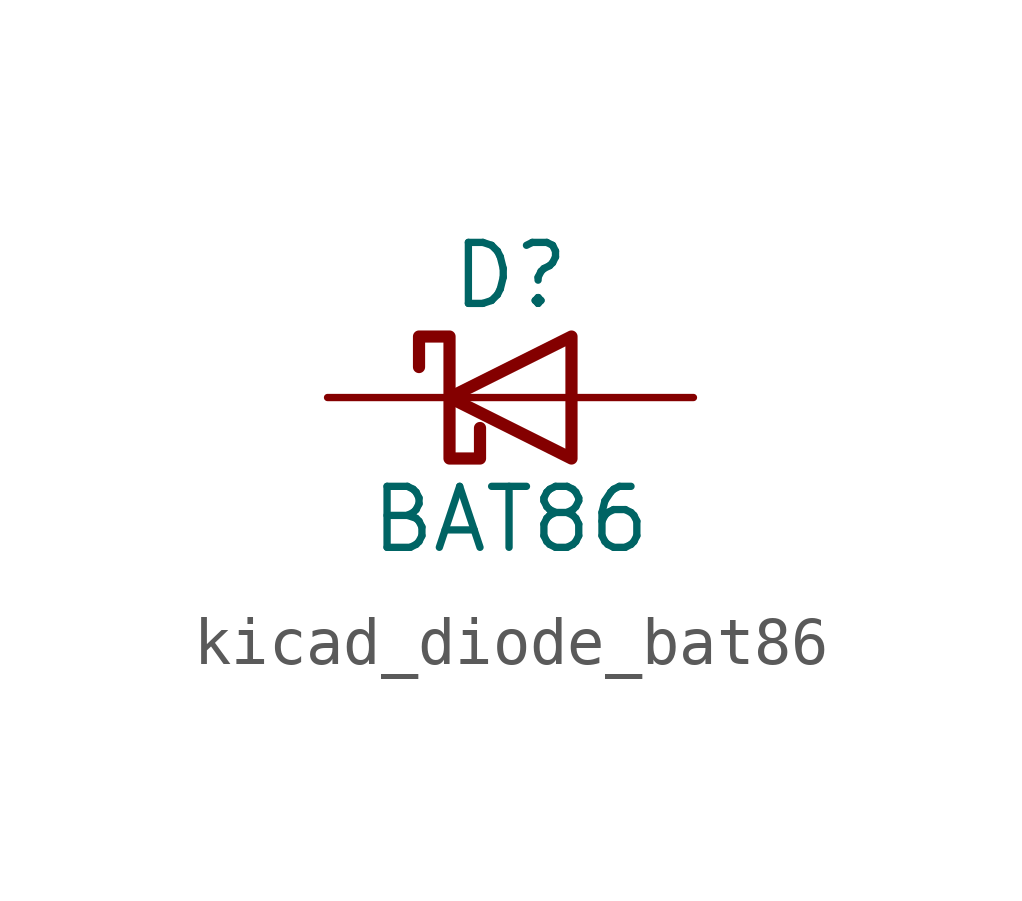
<source format=kicad_sym>
(kicad_symbol_lib
  (version 20220914)
  (generator kicad_symbol_editor)
  (symbol "kicad_diode_bat86"
    (pin_numbers hide)
    (pin_names
      (offset 1.016) hide)
    (property "Reference" "D"
      (at 0 2.54 0)
      (effects (font (size 1.27 1.27))))
    (property "Value" "BAT86"
      (at 0 -2.54 0)
      (effects (font (size 1.27 1.27))))
    (symbol "kicad_diode_bat86_0_1"
      (polyline (pts (xy 1.27 0) (xy -1.27 0)) (stroke (width 0) (type default)) (fill (type none)))
      (polyline (pts (xy 1.27 1.27) (xy 1.27 -1.27) (xy -1.27 0) (xy 1.27 1.27)) (stroke (width 0.254) (type default)) (fill (type none)))
      (polyline (pts (xy -1.905 0.635) (xy -1.905 1.27) (xy -1.27 1.27) (xy -1.27 -1.27) (xy -0.635 -1.27) (xy -0.635 -0.635)) (stroke (width 0.254) (type default)) (fill (type none))))
    (symbol "kicad_diode_bat86_1_1"
      (pin passive line (at -3.81 0 0) (length 2.54) (name "K" (effects (font (size 1.27 1.27)))) (number "1" (effects (font (size 1.27 1.27)))))
      (pin passive line (at 3.81 0 180) (length 2.54) (name "A" (effects (font (size 1.27 1.27)))) (number "2" (effects (font (size 1.27 1.27))))))))
</source>
